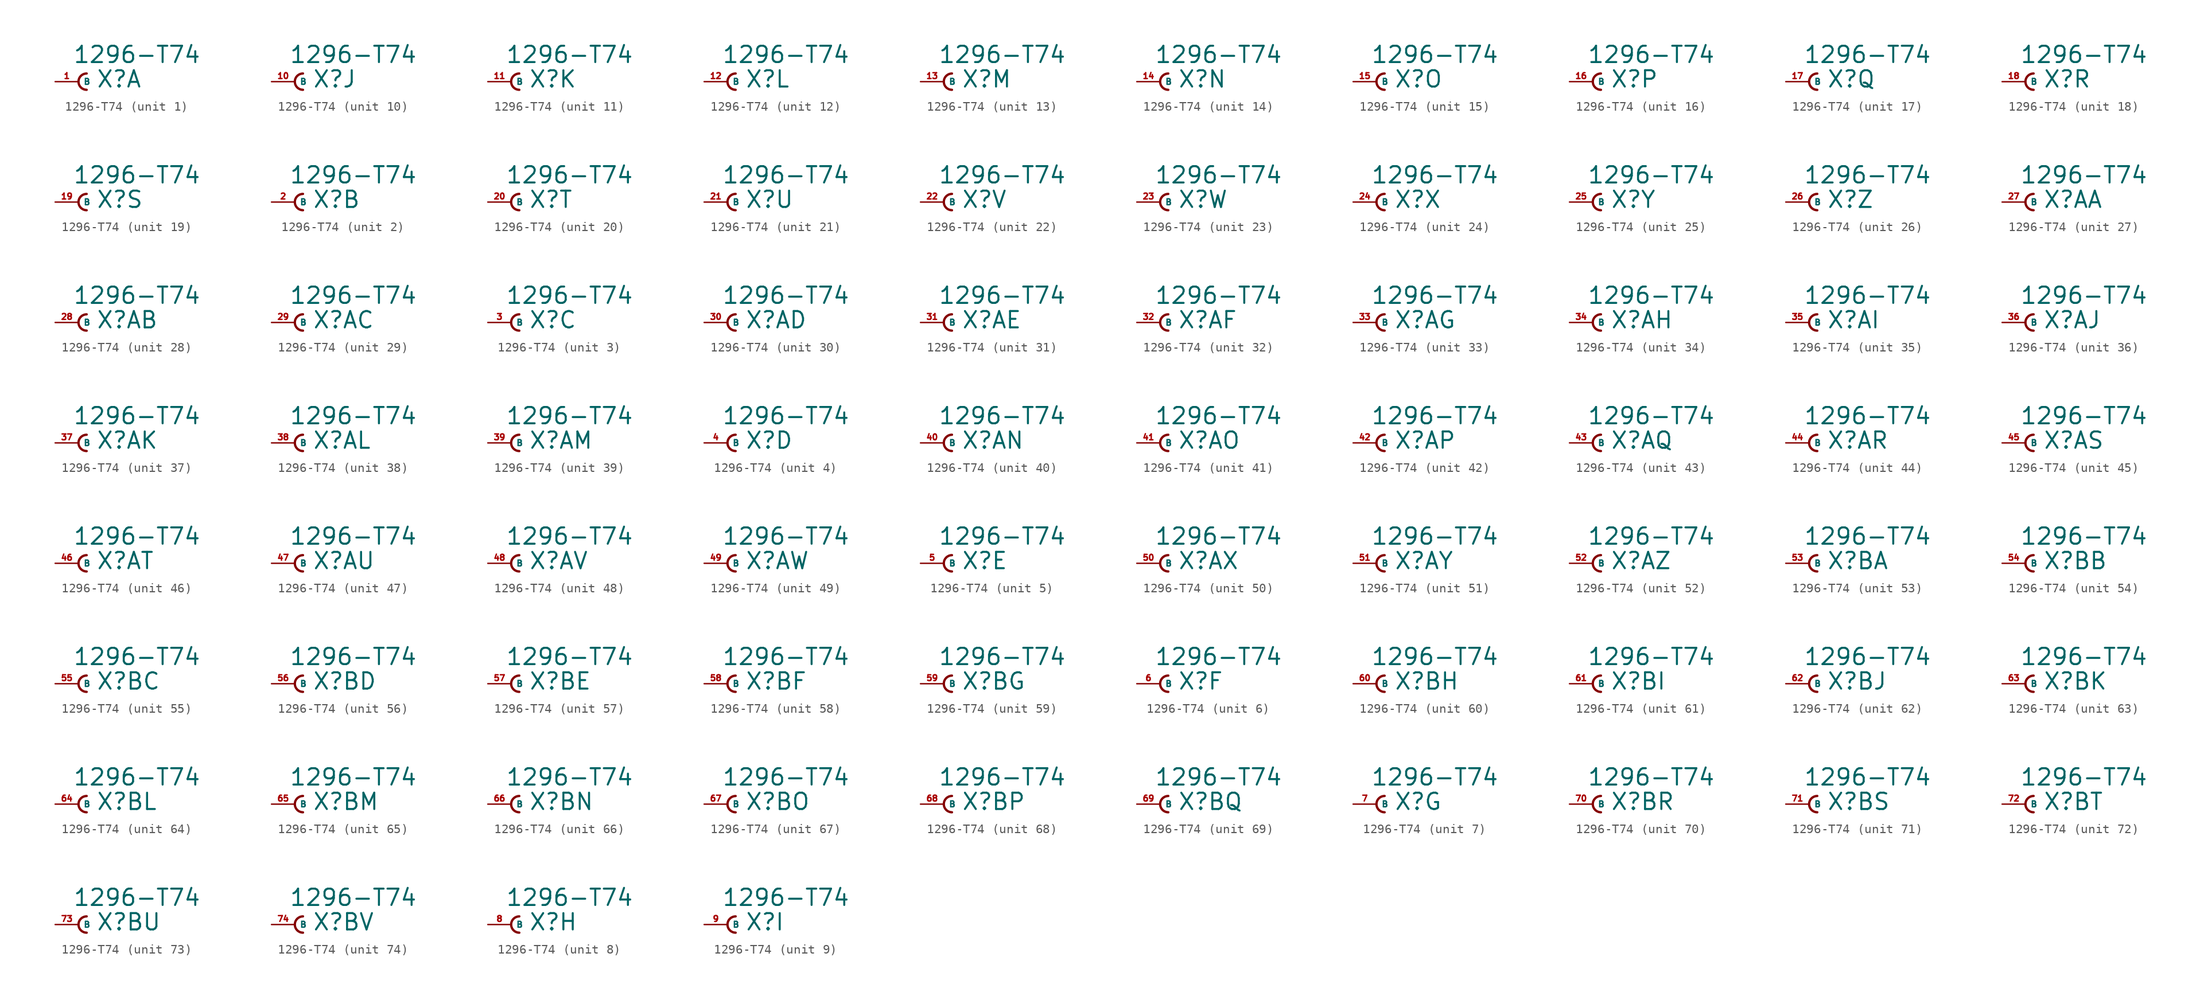
<source format=kicad_sym>
(kicad_symbol_lib
  (version 20220914)
  (generator Eagle2Kicad)
  (symbol "1296-T74"
    (property "Reference" "X"
      (at 1.905 -0.762 0)
      (effects (font (size 1.778 1.778) (thickness 0.22)) (justify left bottom)))
    (property "Value" "1296-T74"
      (at -0.635 1.905 0)
      (effects (font (size 1.778 1.778) (thickness 0.22)) (justify left bottom)))
    (symbol "1296-T74_1_0"
      (arc (start 0.889 0.889) (mid 0.000 0.000) (end 0.889 -0.889) (stroke (width 0.254) (type default)) (fill (type none)))
      (pin passive line (at -2.54 0 0) (length 2.54) (name "B" (effects (font (size 0.635 0.635) (thickness 0.08)) (justify left bottom))) (number "1" (effects (font (size 0.635 0.635) (thickness 0.08)) (justify left bottom)))))
    (symbol "1296-T74_2_0"
      (arc (start 0.889 0.889) (mid 0.000 0.000) (end 0.889 -0.889) (stroke (width 0.254) (type default)) (fill (type none)))
      (pin passive line (at -2.54 0 0) (length 2.54) (name "B" (effects (font (size 0.635 0.635) (thickness 0.08)) (justify left bottom))) (number "2" (effects (font (size 0.635 0.635) (thickness 0.08)) (justify left bottom)))))
    (symbol "1296-T74_3_0"
      (arc (start 0.889 0.889) (mid 0.000 0.000) (end 0.889 -0.889) (stroke (width 0.254) (type default)) (fill (type none)))
      (pin passive line (at -2.54 0 0) (length 2.54) (name "B" (effects (font (size 0.635 0.635) (thickness 0.08)) (justify left bottom))) (number "3" (effects (font (size 0.635 0.635) (thickness 0.08)) (justify left bottom)))))
    (symbol "1296-T74_4_0"
      (arc (start 0.889 0.889) (mid 0.000 0.000) (end 0.889 -0.889) (stroke (width 0.254) (type default)) (fill (type none)))
      (pin passive line (at -2.54 0 0) (length 2.54) (name "B" (effects (font (size 0.635 0.635) (thickness 0.08)) (justify left bottom))) (number "4" (effects (font (size 0.635 0.635) (thickness 0.08)) (justify left bottom)))))
    (symbol "1296-T74_5_0"
      (arc (start 0.889 0.889) (mid 0.000 0.000) (end 0.889 -0.889) (stroke (width 0.254) (type default)) (fill (type none)))
      (pin passive line (at -2.54 0 0) (length 2.54) (name "B" (effects (font (size 0.635 0.635) (thickness 0.08)) (justify left bottom))) (number "5" (effects (font (size 0.635 0.635) (thickness 0.08)) (justify left bottom)))))
    (symbol "1296-T74_6_0"
      (arc (start 0.889 0.889) (mid 0.000 0.000) (end 0.889 -0.889) (stroke (width 0.254) (type default)) (fill (type none)))
      (pin passive line (at -2.54 0 0) (length 2.54) (name "B" (effects (font (size 0.635 0.635) (thickness 0.08)) (justify left bottom))) (number "6" (effects (font (size 0.635 0.635) (thickness 0.08)) (justify left bottom)))))
    (symbol "1296-T74_7_0"
      (arc (start 0.889 0.889) (mid 0.000 0.000) (end 0.889 -0.889) (stroke (width 0.254) (type default)) (fill (type none)))
      (pin passive line (at -2.54 0 0) (length 2.54) (name "B" (effects (font (size 0.635 0.635) (thickness 0.08)) (justify left bottom))) (number "7" (effects (font (size 0.635 0.635) (thickness 0.08)) (justify left bottom)))))
    (symbol "1296-T74_8_0"
      (arc (start 0.889 0.889) (mid 0.000 0.000) (end 0.889 -0.889) (stroke (width 0.254) (type default)) (fill (type none)))
      (pin passive line (at -2.54 0 0) (length 2.54) (name "B" (effects (font (size 0.635 0.635) (thickness 0.08)) (justify left bottom))) (number "8" (effects (font (size 0.635 0.635) (thickness 0.08)) (justify left bottom)))))
    (symbol "1296-T74_9_0"
      (arc (start 0.889 0.889) (mid 0.000 0.000) (end 0.889 -0.889) (stroke (width 0.254) (type default)) (fill (type none)))
      (pin passive line (at -2.54 0 0) (length 2.54) (name "B" (effects (font (size 0.635 0.635) (thickness 0.08)) (justify left bottom))) (number "9" (effects (font (size 0.635 0.635) (thickness 0.08)) (justify left bottom)))))
    (symbol "1296-T74_10_0"
      (arc (start 0.889 0.889) (mid 0.000 0.000) (end 0.889 -0.889) (stroke (width 0.254) (type default)) (fill (type none)))
      (pin passive line (at -2.54 0 0) (length 2.54) (name "B" (effects (font (size 0.635 0.635) (thickness 0.08)) (justify left bottom))) (number "10" (effects (font (size 0.635 0.635) (thickness 0.08)) (justify left bottom)))))
    (symbol "1296-T74_11_0"
      (arc (start 0.889 0.889) (mid 0.000 0.000) (end 0.889 -0.889) (stroke (width 0.254) (type default)) (fill (type none)))
      (pin passive line (at -2.54 0 0) (length 2.54) (name "B" (effects (font (size 0.635 0.635) (thickness 0.08)) (justify left bottom))) (number "11" (effects (font (size 0.635 0.635) (thickness 0.08)) (justify left bottom)))))
    (symbol "1296-T74_12_0"
      (arc (start 0.889 0.889) (mid 0.000 0.000) (end 0.889 -0.889) (stroke (width 0.254) (type default)) (fill (type none)))
      (pin passive line (at -2.54 0 0) (length 2.54) (name "B" (effects (font (size 0.635 0.635) (thickness 0.08)) (justify left bottom))) (number "12" (effects (font (size 0.635 0.635) (thickness 0.08)) (justify left bottom)))))
    (symbol "1296-T74_13_0"
      (arc (start 0.889 0.889) (mid 0.000 0.000) (end 0.889 -0.889) (stroke (width 0.254) (type default)) (fill (type none)))
      (pin passive line (at -2.54 0 0) (length 2.54) (name "B" (effects (font (size 0.635 0.635) (thickness 0.08)) (justify left bottom))) (number "13" (effects (font (size 0.635 0.635) (thickness 0.08)) (justify left bottom)))))
    (symbol "1296-T74_14_0"
      (arc (start 0.889 0.889) (mid 0.000 0.000) (end 0.889 -0.889) (stroke (width 0.254) (type default)) (fill (type none)))
      (pin passive line (at -2.54 0 0) (length 2.54) (name "B" (effects (font (size 0.635 0.635) (thickness 0.08)) (justify left bottom))) (number "14" (effects (font (size 0.635 0.635) (thickness 0.08)) (justify left bottom)))))
    (symbol "1296-T74_15_0"
      (arc (start 0.889 0.889) (mid 0.000 0.000) (end 0.889 -0.889) (stroke (width 0.254) (type default)) (fill (type none)))
      (pin passive line (at -2.54 0 0) (length 2.54) (name "B" (effects (font (size 0.635 0.635) (thickness 0.08)) (justify left bottom))) (number "15" (effects (font (size 0.635 0.635) (thickness 0.08)) (justify left bottom)))))
    (symbol "1296-T74_16_0"
      (arc (start 0.889 0.889) (mid 0.000 0.000) (end 0.889 -0.889) (stroke (width 0.254) (type default)) (fill (type none)))
      (pin passive line (at -2.54 0 0) (length 2.54) (name "B" (effects (font (size 0.635 0.635) (thickness 0.08)) (justify left bottom))) (number "16" (effects (font (size 0.635 0.635) (thickness 0.08)) (justify left bottom)))))
    (symbol "1296-T74_17_0"
      (arc (start 0.889 0.889) (mid 0.000 0.000) (end 0.889 -0.889) (stroke (width 0.254) (type default)) (fill (type none)))
      (pin passive line (at -2.54 0 0) (length 2.54) (name "B" (effects (font (size 0.635 0.635) (thickness 0.08)) (justify left bottom))) (number "17" (effects (font (size 0.635 0.635) (thickness 0.08)) (justify left bottom)))))
    (symbol "1296-T74_18_0"
      (arc (start 0.889 0.889) (mid 0.000 0.000) (end 0.889 -0.889) (stroke (width 0.254) (type default)) (fill (type none)))
      (pin passive line (at -2.54 0 0) (length 2.54) (name "B" (effects (font (size 0.635 0.635) (thickness 0.08)) (justify left bottom))) (number "18" (effects (font (size 0.635 0.635) (thickness 0.08)) (justify left bottom)))))
    (symbol "1296-T74_19_0"
      (arc (start 0.889 0.889) (mid 0.000 0.000) (end 0.889 -0.889) (stroke (width 0.254) (type default)) (fill (type none)))
      (pin passive line (at -2.54 0 0) (length 2.54) (name "B" (effects (font (size 0.635 0.635) (thickness 0.08)) (justify left bottom))) (number "19" (effects (font (size 0.635 0.635) (thickness 0.08)) (justify left bottom)))))
    (symbol "1296-T74_20_0"
      (arc (start 0.889 0.889) (mid 0.000 0.000) (end 0.889 -0.889) (stroke (width 0.254) (type default)) (fill (type none)))
      (pin passive line (at -2.54 0 0) (length 2.54) (name "B" (effects (font (size 0.635 0.635) (thickness 0.08)) (justify left bottom))) (number "20" (effects (font (size 0.635 0.635) (thickness 0.08)) (justify left bottom)))))
    (symbol "1296-T74_21_0"
      (arc (start 0.889 0.889) (mid 0.000 0.000) (end 0.889 -0.889) (stroke (width 0.254) (type default)) (fill (type none)))
      (pin passive line (at -2.54 0 0) (length 2.54) (name "B" (effects (font (size 0.635 0.635) (thickness 0.08)) (justify left bottom))) (number "21" (effects (font (size 0.635 0.635) (thickness 0.08)) (justify left bottom)))))
    (symbol "1296-T74_22_0"
      (arc (start 0.889 0.889) (mid 0.000 0.000) (end 0.889 -0.889) (stroke (width 0.254) (type default)) (fill (type none)))
      (pin passive line (at -2.54 0 0) (length 2.54) (name "B" (effects (font (size 0.635 0.635) (thickness 0.08)) (justify left bottom))) (number "22" (effects (font (size 0.635 0.635) (thickness 0.08)) (justify left bottom)))))
    (symbol "1296-T74_23_0"
      (arc (start 0.889 0.889) (mid 0.000 0.000) (end 0.889 -0.889) (stroke (width 0.254) (type default)) (fill (type none)))
      (pin passive line (at -2.54 0 0) (length 2.54) (name "B" (effects (font (size 0.635 0.635) (thickness 0.08)) (justify left bottom))) (number "23" (effects (font (size 0.635 0.635) (thickness 0.08)) (justify left bottom)))))
    (symbol "1296-T74_24_0"
      (arc (start 0.889 0.889) (mid 0.000 0.000) (end 0.889 -0.889) (stroke (width 0.254) (type default)) (fill (type none)))
      (pin passive line (at -2.54 0 0) (length 2.54) (name "B" (effects (font (size 0.635 0.635) (thickness 0.08)) (justify left bottom))) (number "24" (effects (font (size 0.635 0.635) (thickness 0.08)) (justify left bottom)))))
    (symbol "1296-T74_25_0"
      (arc (start 0.889 0.889) (mid 0.000 0.000) (end 0.889 -0.889) (stroke (width 0.254) (type default)) (fill (type none)))
      (pin passive line (at -2.54 0 0) (length 2.54) (name "B" (effects (font (size 0.635 0.635) (thickness 0.08)) (justify left bottom))) (number "25" (effects (font (size 0.635 0.635) (thickness 0.08)) (justify left bottom)))))
    (symbol "1296-T74_26_0"
      (arc (start 0.889 0.889) (mid 0.000 0.000) (end 0.889 -0.889) (stroke (width 0.254) (type default)) (fill (type none)))
      (pin passive line (at -2.54 0 0) (length 2.54) (name "B" (effects (font (size 0.635 0.635) (thickness 0.08)) (justify left bottom))) (number "26" (effects (font (size 0.635 0.635) (thickness 0.08)) (justify left bottom)))))
    (symbol "1296-T74_27_0"
      (arc (start 0.889 0.889) (mid 0.000 0.000) (end 0.889 -0.889) (stroke (width 0.254) (type default)) (fill (type none)))
      (pin passive line (at -2.54 0 0) (length 2.54) (name "B" (effects (font (size 0.635 0.635) (thickness 0.08)) (justify left bottom))) (number "27" (effects (font (size 0.635 0.635) (thickness 0.08)) (justify left bottom)))))
    (symbol "1296-T74_28_0"
      (arc (start 0.889 0.889) (mid 0.000 0.000) (end 0.889 -0.889) (stroke (width 0.254) (type default)) (fill (type none)))
      (pin passive line (at -2.54 0 0) (length 2.54) (name "B" (effects (font (size 0.635 0.635) (thickness 0.08)) (justify left bottom))) (number "28" (effects (font (size 0.635 0.635) (thickness 0.08)) (justify left bottom)))))
    (symbol "1296-T74_29_0"
      (arc (start 0.889 0.889) (mid 0.000 0.000) (end 0.889 -0.889) (stroke (width 0.254) (type default)) (fill (type none)))
      (pin passive line (at -2.54 0 0) (length 2.54) (name "B" (effects (font (size 0.635 0.635) (thickness 0.08)) (justify left bottom))) (number "29" (effects (font (size 0.635 0.635) (thickness 0.08)) (justify left bottom)))))
    (symbol "1296-T74_30_0"
      (arc (start 0.889 0.889) (mid 0.000 0.000) (end 0.889 -0.889) (stroke (width 0.254) (type default)) (fill (type none)))
      (pin passive line (at -2.54 0 0) (length 2.54) (name "B" (effects (font (size 0.635 0.635) (thickness 0.08)) (justify left bottom))) (number "30" (effects (font (size 0.635 0.635) (thickness 0.08)) (justify left bottom)))))
    (symbol "1296-T74_31_0"
      (arc (start 0.889 0.889) (mid 0.000 0.000) (end 0.889 -0.889) (stroke (width 0.254) (type default)) (fill (type none)))
      (pin passive line (at -2.54 0 0) (length 2.54) (name "B" (effects (font (size 0.635 0.635) (thickness 0.08)) (justify left bottom))) (number "31" (effects (font (size 0.635 0.635) (thickness 0.08)) (justify left bottom)))))
    (symbol "1296-T74_32_0"
      (arc (start 0.889 0.889) (mid 0.000 0.000) (end 0.889 -0.889) (stroke (width 0.254) (type default)) (fill (type none)))
      (pin passive line (at -2.54 0 0) (length 2.54) (name "B" (effects (font (size 0.635 0.635) (thickness 0.08)) (justify left bottom))) (number "32" (effects (font (size 0.635 0.635) (thickness 0.08)) (justify left bottom)))))
    (symbol "1296-T74_33_0"
      (arc (start 0.889 0.889) (mid 0.000 0.000) (end 0.889 -0.889) (stroke (width 0.254) (type default)) (fill (type none)))
      (pin passive line (at -2.54 0 0) (length 2.54) (name "B" (effects (font (size 0.635 0.635) (thickness 0.08)) (justify left bottom))) (number "33" (effects (font (size 0.635 0.635) (thickness 0.08)) (justify left bottom)))))
    (symbol "1296-T74_34_0"
      (arc (start 0.889 0.889) (mid 0.000 0.000) (end 0.889 -0.889) (stroke (width 0.254) (type default)) (fill (type none)))
      (pin passive line (at -2.54 0 0) (length 2.54) (name "B" (effects (font (size 0.635 0.635) (thickness 0.08)) (justify left bottom))) (number "34" (effects (font (size 0.635 0.635) (thickness 0.08)) (justify left bottom)))))
    (symbol "1296-T74_35_0"
      (arc (start 0.889 0.889) (mid 0.000 0.000) (end 0.889 -0.889) (stroke (width 0.254) (type default)) (fill (type none)))
      (pin passive line (at -2.54 0 0) (length 2.54) (name "B" (effects (font (size 0.635 0.635) (thickness 0.08)) (justify left bottom))) (number "35" (effects (font (size 0.635 0.635) (thickness 0.08)) (justify left bottom)))))
    (symbol "1296-T74_36_0"
      (arc (start 0.889 0.889) (mid 0.000 0.000) (end 0.889 -0.889) (stroke (width 0.254) (type default)) (fill (type none)))
      (pin passive line (at -2.54 0 0) (length 2.54) (name "B" (effects (font (size 0.635 0.635) (thickness 0.08)) (justify left bottom))) (number "36" (effects (font (size 0.635 0.635) (thickness 0.08)) (justify left bottom)))))
    (symbol "1296-T74_37_0"
      (arc (start 0.889 0.889) (mid 0.000 0.000) (end 0.889 -0.889) (stroke (width 0.254) (type default)) (fill (type none)))
      (pin passive line (at -2.54 0 0) (length 2.54) (name "B" (effects (font (size 0.635 0.635) (thickness 0.08)) (justify left bottom))) (number "37" (effects (font (size 0.635 0.635) (thickness 0.08)) (justify left bottom)))))
    (symbol "1296-T74_38_0"
      (arc (start 0.889 0.889) (mid 0.000 0.000) (end 0.889 -0.889) (stroke (width 0.254) (type default)) (fill (type none)))
      (pin passive line (at -2.54 0 0) (length 2.54) (name "B" (effects (font (size 0.635 0.635) (thickness 0.08)) (justify left bottom))) (number "38" (effects (font (size 0.635 0.635) (thickness 0.08)) (justify left bottom)))))
    (symbol "1296-T74_39_0"
      (arc (start 0.889 0.889) (mid 0.000 0.000) (end 0.889 -0.889) (stroke (width 0.254) (type default)) (fill (type none)))
      (pin passive line (at -2.54 0 0) (length 2.54) (name "B" (effects (font (size 0.635 0.635) (thickness 0.08)) (justify left bottom))) (number "39" (effects (font (size 0.635 0.635) (thickness 0.08)) (justify left bottom)))))
    (symbol "1296-T74_40_0"
      (arc (start 0.889 0.889) (mid 0.000 0.000) (end 0.889 -0.889) (stroke (width 0.254) (type default)) (fill (type none)))
      (pin passive line (at -2.54 0 0) (length 2.54) (name "B" (effects (font (size 0.635 0.635) (thickness 0.08)) (justify left bottom))) (number "40" (effects (font (size 0.635 0.635) (thickness 0.08)) (justify left bottom)))))
    (symbol "1296-T74_41_0"
      (arc (start 0.889 0.889) (mid 0.000 0.000) (end 0.889 -0.889) (stroke (width 0.254) (type default)) (fill (type none)))
      (pin passive line (at -2.54 0 0) (length 2.54) (name "B" (effects (font (size 0.635 0.635) (thickness 0.08)) (justify left bottom))) (number "41" (effects (font (size 0.635 0.635) (thickness 0.08)) (justify left bottom)))))
    (symbol "1296-T74_42_0"
      (arc (start 0.889 0.889) (mid 0.000 0.000) (end 0.889 -0.889) (stroke (width 0.254) (type default)) (fill (type none)))
      (pin passive line (at -2.54 0 0) (length 2.54) (name "B" (effects (font (size 0.635 0.635) (thickness 0.08)) (justify left bottom))) (number "42" (effects (font (size 0.635 0.635) (thickness 0.08)) (justify left bottom)))))
    (symbol "1296-T74_43_0"
      (arc (start 0.889 0.889) (mid 0.000 0.000) (end 0.889 -0.889) (stroke (width 0.254) (type default)) (fill (type none)))
      (pin passive line (at -2.54 0 0) (length 2.54) (name "B" (effects (font (size 0.635 0.635) (thickness 0.08)) (justify left bottom))) (number "43" (effects (font (size 0.635 0.635) (thickness 0.08)) (justify left bottom)))))
    (symbol "1296-T74_44_0"
      (arc (start 0.889 0.889) (mid 0.000 0.000) (end 0.889 -0.889) (stroke (width 0.254) (type default)) (fill (type none)))
      (pin passive line (at -2.54 0 0) (length 2.54) (name "B" (effects (font (size 0.635 0.635) (thickness 0.08)) (justify left bottom))) (number "44" (effects (font (size 0.635 0.635) (thickness 0.08)) (justify left bottom)))))
    (symbol "1296-T74_45_0"
      (arc (start 0.889 0.889) (mid 0.000 0.000) (end 0.889 -0.889) (stroke (width 0.254) (type default)) (fill (type none)))
      (pin passive line (at -2.54 0 0) (length 2.54) (name "B" (effects (font (size 0.635 0.635) (thickness 0.08)) (justify left bottom))) (number "45" (effects (font (size 0.635 0.635) (thickness 0.08)) (justify left bottom)))))
    (symbol "1296-T74_46_0"
      (arc (start 0.889 0.889) (mid 0.000 0.000) (end 0.889 -0.889) (stroke (width 0.254) (type default)) (fill (type none)))
      (pin passive line (at -2.54 0 0) (length 2.54) (name "B" (effects (font (size 0.635 0.635) (thickness 0.08)) (justify left bottom))) (number "46" (effects (font (size 0.635 0.635) (thickness 0.08)) (justify left bottom)))))
    (symbol "1296-T74_47_0"
      (arc (start 0.889 0.889) (mid 0.000 0.000) (end 0.889 -0.889) (stroke (width 0.254) (type default)) (fill (type none)))
      (pin passive line (at -2.54 0 0) (length 2.54) (name "B" (effects (font (size 0.635 0.635) (thickness 0.08)) (justify left bottom))) (number "47" (effects (font (size 0.635 0.635) (thickness 0.08)) (justify left bottom)))))
    (symbol "1296-T74_48_0"
      (arc (start 0.889 0.889) (mid 0.000 0.000) (end 0.889 -0.889) (stroke (width 0.254) (type default)) (fill (type none)))
      (pin passive line (at -2.54 0 0) (length 2.54) (name "B" (effects (font (size 0.635 0.635) (thickness 0.08)) (justify left bottom))) (number "48" (effects (font (size 0.635 0.635) (thickness 0.08)) (justify left bottom)))))
    (symbol "1296-T74_49_0"
      (arc (start 0.889 0.889) (mid 0.000 0.000) (end 0.889 -0.889) (stroke (width 0.254) (type default)) (fill (type none)))
      (pin passive line (at -2.54 0 0) (length 2.54) (name "B" (effects (font (size 0.635 0.635) (thickness 0.08)) (justify left bottom))) (number "49" (effects (font (size 0.635 0.635) (thickness 0.08)) (justify left bottom)))))
    (symbol "1296-T74_50_0"
      (arc (start 0.889 0.889) (mid 0.000 0.000) (end 0.889 -0.889) (stroke (width 0.254) (type default)) (fill (type none)))
      (pin passive line (at -2.54 0 0) (length 2.54) (name "B" (effects (font (size 0.635 0.635) (thickness 0.08)) (justify left bottom))) (number "50" (effects (font (size 0.635 0.635) (thickness 0.08)) (justify left bottom)))))
    (symbol "1296-T74_51_0"
      (arc (start 0.889 0.889) (mid 0.000 0.000) (end 0.889 -0.889) (stroke (width 0.254) (type default)) (fill (type none)))
      (pin passive line (at -2.54 0 0) (length 2.54) (name "B" (effects (font (size 0.635 0.635) (thickness 0.08)) (justify left bottom))) (number "51" (effects (font (size 0.635 0.635) (thickness 0.08)) (justify left bottom)))))
    (symbol "1296-T74_52_0"
      (arc (start 0.889 0.889) (mid 0.000 0.000) (end 0.889 -0.889) (stroke (width 0.254) (type default)) (fill (type none)))
      (pin passive line (at -2.54 0 0) (length 2.54) (name "B" (effects (font (size 0.635 0.635) (thickness 0.08)) (justify left bottom))) (number "52" (effects (font (size 0.635 0.635) (thickness 0.08)) (justify left bottom)))))
    (symbol "1296-T74_53_0"
      (arc (start 0.889 0.889) (mid 0.000 0.000) (end 0.889 -0.889) (stroke (width 0.254) (type default)) (fill (type none)))
      (pin passive line (at -2.54 0 0) (length 2.54) (name "B" (effects (font (size 0.635 0.635) (thickness 0.08)) (justify left bottom))) (number "53" (effects (font (size 0.635 0.635) (thickness 0.08)) (justify left bottom)))))
    (symbol "1296-T74_54_0"
      (arc (start 0.889 0.889) (mid 0.000 0.000) (end 0.889 -0.889) (stroke (width 0.254) (type default)) (fill (type none)))
      (pin passive line (at -2.54 0 0) (length 2.54) (name "B" (effects (font (size 0.635 0.635) (thickness 0.08)) (justify left bottom))) (number "54" (effects (font (size 0.635 0.635) (thickness 0.08)) (justify left bottom)))))
    (symbol "1296-T74_55_0"
      (arc (start 0.889 0.889) (mid 0.000 0.000) (end 0.889 -0.889) (stroke (width 0.254) (type default)) (fill (type none)))
      (pin passive line (at -2.54 0 0) (length 2.54) (name "B" (effects (font (size 0.635 0.635) (thickness 0.08)) (justify left bottom))) (number "55" (effects (font (size 0.635 0.635) (thickness 0.08)) (justify left bottom)))))
    (symbol "1296-T74_56_0"
      (arc (start 0.889 0.889) (mid 0.000 0.000) (end 0.889 -0.889) (stroke (width 0.254) (type default)) (fill (type none)))
      (pin passive line (at -2.54 0 0) (length 2.54) (name "B" (effects (font (size 0.635 0.635) (thickness 0.08)) (justify left bottom))) (number "56" (effects (font (size 0.635 0.635) (thickness 0.08)) (justify left bottom)))))
    (symbol "1296-T74_57_0"
      (arc (start 0.889 0.889) (mid 0.000 0.000) (end 0.889 -0.889) (stroke (width 0.254) (type default)) (fill (type none)))
      (pin passive line (at -2.54 0 0) (length 2.54) (name "B" (effects (font (size 0.635 0.635) (thickness 0.08)) (justify left bottom))) (number "57" (effects (font (size 0.635 0.635) (thickness 0.08)) (justify left bottom)))))
    (symbol "1296-T74_58_0"
      (arc (start 0.889 0.889) (mid 0.000 0.000) (end 0.889 -0.889) (stroke (width 0.254) (type default)) (fill (type none)))
      (pin passive line (at -2.54 0 0) (length 2.54) (name "B" (effects (font (size 0.635 0.635) (thickness 0.08)) (justify left bottom))) (number "58" (effects (font (size 0.635 0.635) (thickness 0.08)) (justify left bottom)))))
    (symbol "1296-T74_59_0"
      (arc (start 0.889 0.889) (mid 0.000 0.000) (end 0.889 -0.889) (stroke (width 0.254) (type default)) (fill (type none)))
      (pin passive line (at -2.54 0 0) (length 2.54) (name "B" (effects (font (size 0.635 0.635) (thickness 0.08)) (justify left bottom))) (number "59" (effects (font (size 0.635 0.635) (thickness 0.08)) (justify left bottom)))))
    (symbol "1296-T74_60_0"
      (arc (start 0.889 0.889) (mid 0.000 0.000) (end 0.889 -0.889) (stroke (width 0.254) (type default)) (fill (type none)))
      (pin passive line (at -2.54 0 0) (length 2.54) (name "B" (effects (font (size 0.635 0.635) (thickness 0.08)) (justify left bottom))) (number "60" (effects (font (size 0.635 0.635) (thickness 0.08)) (justify left bottom)))))
    (symbol "1296-T74_61_0"
      (arc (start 0.889 0.889) (mid 0.000 0.000) (end 0.889 -0.889) (stroke (width 0.254) (type default)) (fill (type none)))
      (pin passive line (at -2.54 0 0) (length 2.54) (name "B" (effects (font (size 0.635 0.635) (thickness 0.08)) (justify left bottom))) (number "61" (effects (font (size 0.635 0.635) (thickness 0.08)) (justify left bottom)))))
    (symbol "1296-T74_62_0"
      (arc (start 0.889 0.889) (mid 0.000 0.000) (end 0.889 -0.889) (stroke (width 0.254) (type default)) (fill (type none)))
      (pin passive line (at -2.54 0 0) (length 2.54) (name "B" (effects (font (size 0.635 0.635) (thickness 0.08)) (justify left bottom))) (number "62" (effects (font (size 0.635 0.635) (thickness 0.08)) (justify left bottom)))))
    (symbol "1296-T74_63_0"
      (arc (start 0.889 0.889) (mid 0.000 0.000) (end 0.889 -0.889) (stroke (width 0.254) (type default)) (fill (type none)))
      (pin passive line (at -2.54 0 0) (length 2.54) (name "B" (effects (font (size 0.635 0.635) (thickness 0.08)) (justify left bottom))) (number "63" (effects (font (size 0.635 0.635) (thickness 0.08)) (justify left bottom)))))
    (symbol "1296-T74_64_0"
      (arc (start 0.889 0.889) (mid 0.000 0.000) (end 0.889 -0.889) (stroke (width 0.254) (type default)) (fill (type none)))
      (pin passive line (at -2.54 0 0) (length 2.54) (name "B" (effects (font (size 0.635 0.635) (thickness 0.08)) (justify left bottom))) (number "64" (effects (font (size 0.635 0.635) (thickness 0.08)) (justify left bottom)))))
    (symbol "1296-T74_65_0"
      (arc (start 0.889 0.889) (mid 0.000 0.000) (end 0.889 -0.889) (stroke (width 0.254) (type default)) (fill (type none)))
      (pin passive line (at -2.54 0 0) (length 2.54) (name "B" (effects (font (size 0.635 0.635) (thickness 0.08)) (justify left bottom))) (number "65" (effects (font (size 0.635 0.635) (thickness 0.08)) (justify left bottom)))))
    (symbol "1296-T74_66_0"
      (arc (start 0.889 0.889) (mid 0.000 0.000) (end 0.889 -0.889) (stroke (width 0.254) (type default)) (fill (type none)))
      (pin passive line (at -2.54 0 0) (length 2.54) (name "B" (effects (font (size 0.635 0.635) (thickness 0.08)) (justify left bottom))) (number "66" (effects (font (size 0.635 0.635) (thickness 0.08)) (justify left bottom)))))
    (symbol "1296-T74_67_0"
      (arc (start 0.889 0.889) (mid 0.000 0.000) (end 0.889 -0.889) (stroke (width 0.254) (type default)) (fill (type none)))
      (pin passive line (at -2.54 0 0) (length 2.54) (name "B" (effects (font (size 0.635 0.635) (thickness 0.08)) (justify left bottom))) (number "67" (effects (font (size 0.635 0.635) (thickness 0.08)) (justify left bottom)))))
    (symbol "1296-T74_68_0"
      (arc (start 0.889 0.889) (mid 0.000 0.000) (end 0.889 -0.889) (stroke (width 0.254) (type default)) (fill (type none)))
      (pin passive line (at -2.54 0 0) (length 2.54) (name "B" (effects (font (size 0.635 0.635) (thickness 0.08)) (justify left bottom))) (number "68" (effects (font (size 0.635 0.635) (thickness 0.08)) (justify left bottom)))))
    (symbol "1296-T74_69_0"
      (arc (start 0.889 0.889) (mid 0.000 0.000) (end 0.889 -0.889) (stroke (width 0.254) (type default)) (fill (type none)))
      (pin passive line (at -2.54 0 0) (length 2.54) (name "B" (effects (font (size 0.635 0.635) (thickness 0.08)) (justify left bottom))) (number "69" (effects (font (size 0.635 0.635) (thickness 0.08)) (justify left bottom)))))
    (symbol "1296-T74_70_0"
      (arc (start 0.889 0.889) (mid 0.000 0.000) (end 0.889 -0.889) (stroke (width 0.254) (type default)) (fill (type none)))
      (pin passive line (at -2.54 0 0) (length 2.54) (name "B" (effects (font (size 0.635 0.635) (thickness 0.08)) (justify left bottom))) (number "70" (effects (font (size 0.635 0.635) (thickness 0.08)) (justify left bottom)))))
    (symbol "1296-T74_71_0"
      (arc (start 0.889 0.889) (mid 0.000 0.000) (end 0.889 -0.889) (stroke (width 0.254) (type default)) (fill (type none)))
      (pin passive line (at -2.54 0 0) (length 2.54) (name "B" (effects (font (size 0.635 0.635) (thickness 0.08)) (justify left bottom))) (number "71" (effects (font (size 0.635 0.635) (thickness 0.08)) (justify left bottom)))))
    (symbol "1296-T74_72_0"
      (arc (start 0.889 0.889) (mid 0.000 0.000) (end 0.889 -0.889) (stroke (width 0.254) (type default)) (fill (type none)))
      (pin passive line (at -2.54 0 0) (length 2.54) (name "B" (effects (font (size 0.635 0.635) (thickness 0.08)) (justify left bottom))) (number "72" (effects (font (size 0.635 0.635) (thickness 0.08)) (justify left bottom)))))
    (symbol "1296-T74_73_0"
      (arc (start 0.889 0.889) (mid 0.000 0.000) (end 0.889 -0.889) (stroke (width 0.254) (type default)) (fill (type none)))
      (pin passive line (at -2.54 0 0) (length 2.54) (name "B" (effects (font (size 0.635 0.635) (thickness 0.08)) (justify left bottom))) (number "73" (effects (font (size 0.635 0.635) (thickness 0.08)) (justify left bottom)))))
    (symbol "1296-T74_74_0"
      (arc (start 0.889 0.889) (mid 0.000 0.000) (end 0.889 -0.889) (stroke (width 0.254) (type default)) (fill (type none)))
      (pin passive line (at -2.54 0 0) (length 2.54) (name "B" (effects (font (size 0.635 0.635) (thickness 0.08)) (justify left bottom))) (number "74" (effects (font (size 0.635 0.635) (thickness 0.08)) (justify left bottom)))))))
</source>
